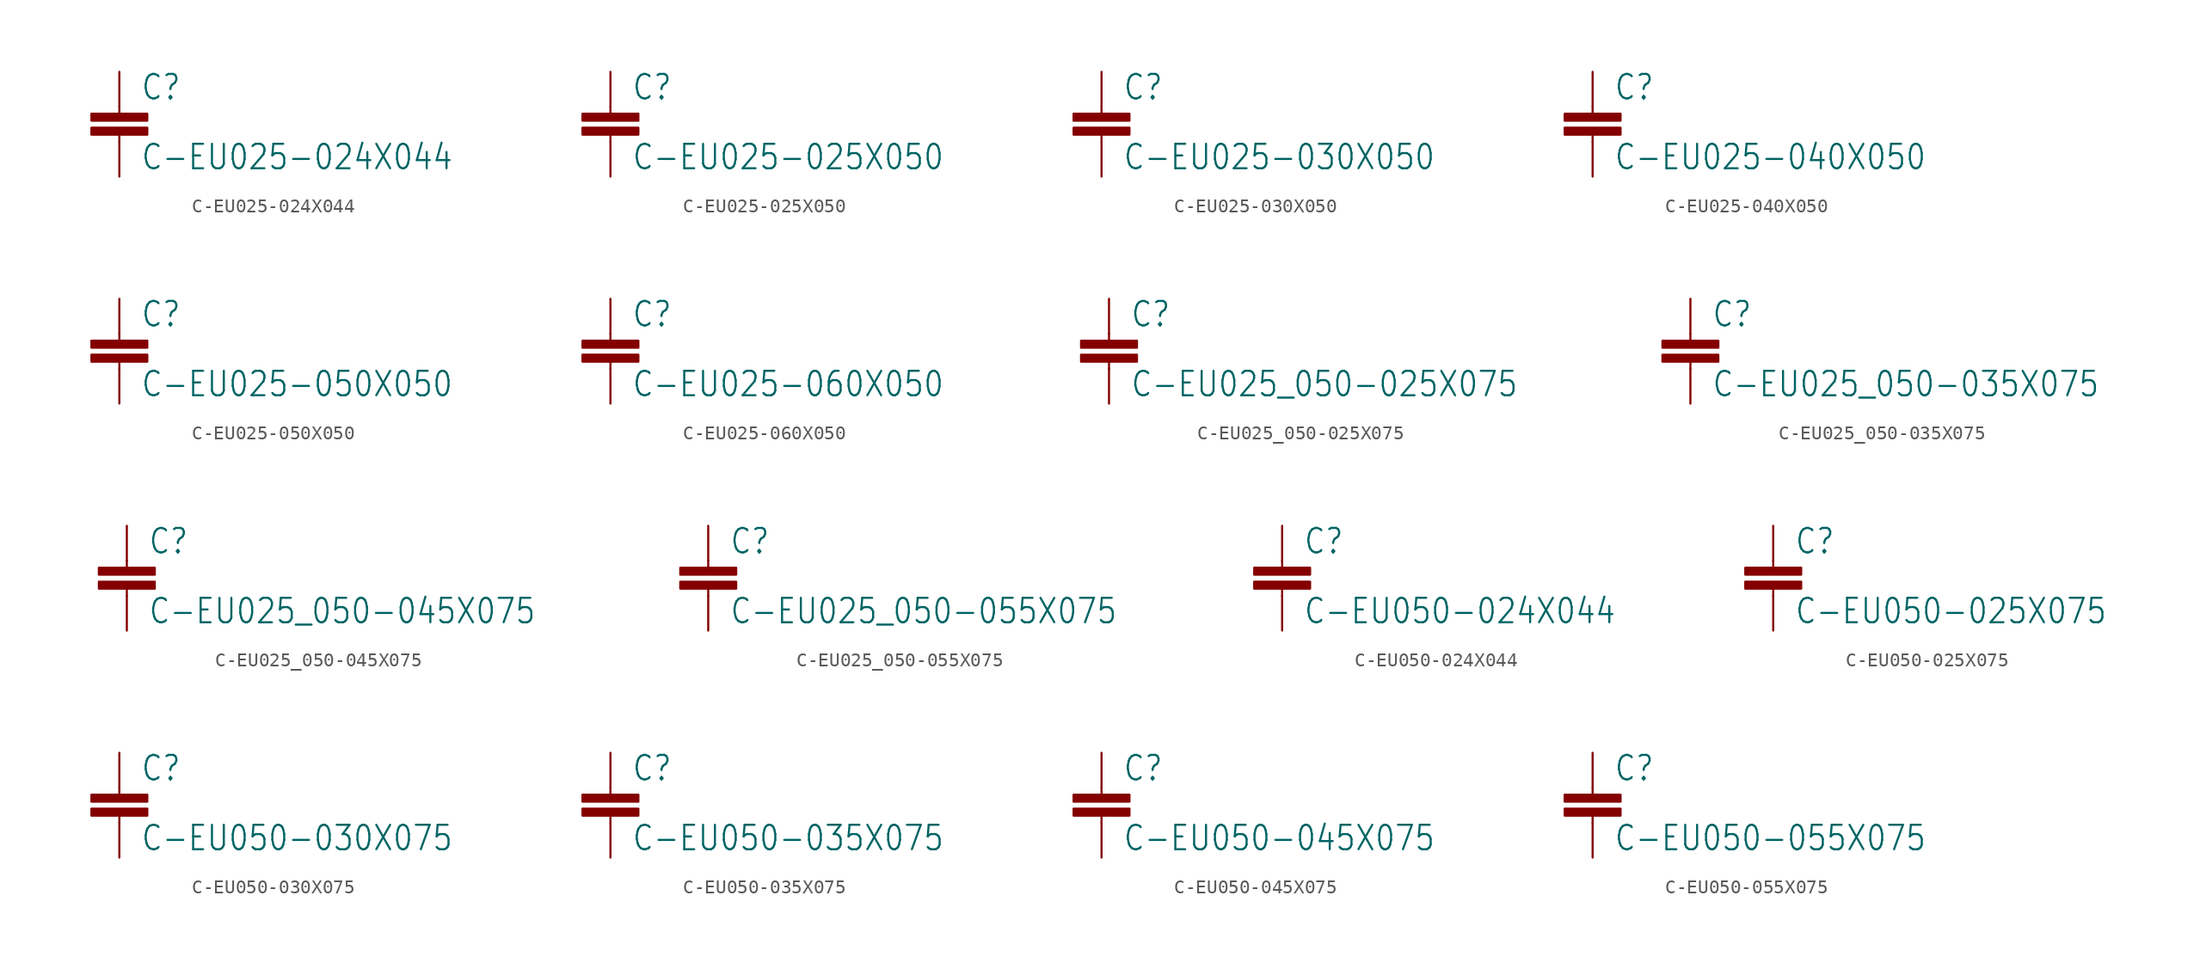
<source format=kicad_sym>
(kicad_symbol_lib
  (version 20231120)
  (generator "kicad_symbol_editor")
  (generator_version "8.0")
  (symbol "C-EU025-024X044"
    (property "Reference" "C"
      (at 1.524 0.381 0)
      (effects (font (size 1.778 1.511)) (justify left bottom)))
    (property "Value" "C-EU025-024X044"
      (at 1.524 -4.699 0)
      (effects (font (size 1.778 1.511)) (justify left bottom)))
    (property "ki_locked" ""
      (at 0 0 0)
      (effects (font (size 1.27 1.27))))
    (symbol "C-EU025-024X044_1_0"
      (rectangle (start -2.032 -2.032) (end 2.032 -1.524) (stroke (width 0) (type default)) (fill (type outline)))
      (rectangle (start -2.032 -1.016) (end 2.032 -0.508) (stroke (width 0) (type default)) (fill (type outline)))
      (polyline (pts (xy 0 -2.54) (xy 0 -2.032)) (stroke (width 0.152) (type default)) (fill (type none)))
      (polyline (pts (xy 0 0) (xy 0 -0.508)) (stroke (width 0.152) (type default)) (fill (type none)))
      (pin passive line (at 0 2.54 270) (length 2.54) (name "1" (effects (font (size 0 0)))) (number "1" (effects (font (size 0 0)))))
      (pin passive line (at 0 -5.08 90) (length 2.54) (name "2" (effects (font (size 0 0)))) (number "2" (effects (font (size 0 0)))))))
  (symbol "C-EU025-025X050"
    (property "Reference" "C"
      (at 1.524 0.381 0)
      (effects (font (size 1.778 1.511)) (justify left bottom)))
    (property "Value" "C-EU025-025X050"
      (at 1.524 -4.699 0)
      (effects (font (size 1.778 1.511)) (justify left bottom)))
    (property "ki_locked" ""
      (at 0 0 0)
      (effects (font (size 1.27 1.27))))
    (symbol "C-EU025-025X050_1_0"
      (rectangle (start -2.032 -2.032) (end 2.032 -1.524) (stroke (width 0) (type default)) (fill (type outline)))
      (rectangle (start -2.032 -1.016) (end 2.032 -0.508) (stroke (width 0) (type default)) (fill (type outline)))
      (polyline (pts (xy 0 -2.54) (xy 0 -2.032)) (stroke (width 0.152) (type default)) (fill (type none)))
      (polyline (pts (xy 0 0) (xy 0 -0.508)) (stroke (width 0.152) (type default)) (fill (type none)))
      (pin passive line (at 0 2.54 270) (length 2.54) (name "1" (effects (font (size 0 0)))) (number "1" (effects (font (size 0 0)))))
      (pin passive line (at 0 -5.08 90) (length 2.54) (name "2" (effects (font (size 0 0)))) (number "2" (effects (font (size 0 0)))))))
  (symbol "C-EU025-030X050"
    (property "Reference" "C"
      (at 1.524 0.381 0)
      (effects (font (size 1.778 1.511)) (justify left bottom)))
    (property "Value" "C-EU025-030X050"
      (at 1.524 -4.699 0)
      (effects (font (size 1.778 1.511)) (justify left bottom)))
    (property "ki_locked" ""
      (at 0 0 0)
      (effects (font (size 1.27 1.27))))
    (symbol "C-EU025-030X050_1_0"
      (rectangle (start -2.032 -2.032) (end 2.032 -1.524) (stroke (width 0) (type default)) (fill (type outline)))
      (rectangle (start -2.032 -1.016) (end 2.032 -0.508) (stroke (width 0) (type default)) (fill (type outline)))
      (polyline (pts (xy 0 -2.54) (xy 0 -2.032)) (stroke (width 0.152) (type default)) (fill (type none)))
      (polyline (pts (xy 0 0) (xy 0 -0.508)) (stroke (width 0.152) (type default)) (fill (type none)))
      (pin passive line (at 0 2.54 270) (length 2.54) (name "1" (effects (font (size 0 0)))) (number "1" (effects (font (size 0 0)))))
      (pin passive line (at 0 -5.08 90) (length 2.54) (name "2" (effects (font (size 0 0)))) (number "2" (effects (font (size 0 0)))))))
  (symbol "C-EU025-040X050"
    (property "Reference" "C"
      (at 1.524 0.381 0)
      (effects (font (size 1.778 1.511)) (justify left bottom)))
    (property "Value" "C-EU025-040X050"
      (at 1.524 -4.699 0)
      (effects (font (size 1.778 1.511)) (justify left bottom)))
    (property "ki_locked" ""
      (at 0 0 0)
      (effects (font (size 1.27 1.27))))
    (symbol "C-EU025-040X050_1_0"
      (rectangle (start -2.032 -2.032) (end 2.032 -1.524) (stroke (width 0) (type default)) (fill (type outline)))
      (rectangle (start -2.032 -1.016) (end 2.032 -0.508) (stroke (width 0) (type default)) (fill (type outline)))
      (polyline (pts (xy 0 -2.54) (xy 0 -2.032)) (stroke (width 0.152) (type default)) (fill (type none)))
      (polyline (pts (xy 0 0) (xy 0 -0.508)) (stroke (width 0.152) (type default)) (fill (type none)))
      (pin passive line (at 0 2.54 270) (length 2.54) (name "1" (effects (font (size 0 0)))) (number "1" (effects (font (size 0 0)))))
      (pin passive line (at 0 -5.08 90) (length 2.54) (name "2" (effects (font (size 0 0)))) (number "2" (effects (font (size 0 0)))))))
  (symbol "C-EU025-050X050"
    (property "Reference" "C"
      (at 1.524 0.381 0)
      (effects (font (size 1.778 1.511)) (justify left bottom)))
    (property "Value" "C-EU025-050X050"
      (at 1.524 -4.699 0)
      (effects (font (size 1.778 1.511)) (justify left bottom)))
    (property "ki_locked" ""
      (at 0 0 0)
      (effects (font (size 1.27 1.27))))
    (symbol "C-EU025-050X050_1_0"
      (rectangle (start -2.032 -2.032) (end 2.032 -1.524) (stroke (width 0) (type default)) (fill (type outline)))
      (rectangle (start -2.032 -1.016) (end 2.032 -0.508) (stroke (width 0) (type default)) (fill (type outline)))
      (polyline (pts (xy 0 -2.54) (xy 0 -2.032)) (stroke (width 0.152) (type default)) (fill (type none)))
      (polyline (pts (xy 0 0) (xy 0 -0.508)) (stroke (width 0.152) (type default)) (fill (type none)))
      (pin passive line (at 0 2.54 270) (length 2.54) (name "1" (effects (font (size 0 0)))) (number "1" (effects (font (size 0 0)))))
      (pin passive line (at 0 -5.08 90) (length 2.54) (name "2" (effects (font (size 0 0)))) (number "2" (effects (font (size 0 0)))))))
  (symbol "C-EU025-060X050"
    (property "Reference" "C"
      (at 1.524 0.381 0)
      (effects (font (size 1.778 1.511)) (justify left bottom)))
    (property "Value" "C-EU025-060X050"
      (at 1.524 -4.699 0)
      (effects (font (size 1.778 1.511)) (justify left bottom)))
    (property "ki_locked" ""
      (at 0 0 0)
      (effects (font (size 1.27 1.27))))
    (symbol "C-EU025-060X050_1_0"
      (rectangle (start -2.032 -2.032) (end 2.032 -1.524) (stroke (width 0) (type default)) (fill (type outline)))
      (rectangle (start -2.032 -1.016) (end 2.032 -0.508) (stroke (width 0) (type default)) (fill (type outline)))
      (polyline (pts (xy 0 -2.54) (xy 0 -2.032)) (stroke (width 0.152) (type default)) (fill (type none)))
      (polyline (pts (xy 0 0) (xy 0 -0.508)) (stroke (width 0.152) (type default)) (fill (type none)))
      (pin passive line (at 0 2.54 270) (length 2.54) (name "1" (effects (font (size 0 0)))) (number "1" (effects (font (size 0 0)))))
      (pin passive line (at 0 -5.08 90) (length 2.54) (name "2" (effects (font (size 0 0)))) (number "2" (effects (font (size 0 0)))))))
  (symbol "C-EU025_050-025X075"
    (property "Reference" "C"
      (at 1.524 0.381 0)
      (effects (font (size 1.778 1.511)) (justify left bottom)))
    (property "Value" "C-EU025_050-025X075"
      (at 1.524 -4.699 0)
      (effects (font (size 1.778 1.511)) (justify left bottom)))
    (property "ki_locked" ""
      (at 0 0 0)
      (effects (font (size 1.27 1.27))))
    (symbol "C-EU025_050-025X075_1_0"
      (rectangle (start -2.032 -2.032) (end 2.032 -1.524) (stroke (width 0) (type default)) (fill (type outline)))
      (rectangle (start -2.032 -1.016) (end 2.032 -0.508) (stroke (width 0) (type default)) (fill (type outline)))
      (polyline (pts (xy 0 -2.54) (xy 0 -2.032)) (stroke (width 0.152) (type default)) (fill (type none)))
      (polyline (pts (xy 0 0) (xy 0 -0.508)) (stroke (width 0.152) (type default)) (fill (type none)))
      (pin passive line (at 0 2.54 270) (length 2.54) (name "1" (effects (font (size 0 0)))) (number "1" (effects (font (size 0 0)))))
      (pin passive line (at 0 -5.08 90) (length 2.54) (name "2" (effects (font (size 0 0)))) (number "2" (effects (font (size 0 0)))))))
  (symbol "C-EU025_050-035X075"
    (property "Reference" "C"
      (at 1.524 0.381 0)
      (effects (font (size 1.778 1.511)) (justify left bottom)))
    (property "Value" "C-EU025_050-035X075"
      (at 1.524 -4.699 0)
      (effects (font (size 1.778 1.511)) (justify left bottom)))
    (property "ki_locked" ""
      (at 0 0 0)
      (effects (font (size 1.27 1.27))))
    (symbol "C-EU025_050-035X075_1_0"
      (rectangle (start -2.032 -2.032) (end 2.032 -1.524) (stroke (width 0) (type default)) (fill (type outline)))
      (rectangle (start -2.032 -1.016) (end 2.032 -0.508) (stroke (width 0) (type default)) (fill (type outline)))
      (polyline (pts (xy 0 -2.54) (xy 0 -2.032)) (stroke (width 0.152) (type default)) (fill (type none)))
      (polyline (pts (xy 0 0) (xy 0 -0.508)) (stroke (width 0.152) (type default)) (fill (type none)))
      (pin passive line (at 0 2.54 270) (length 2.54) (name "1" (effects (font (size 0 0)))) (number "1" (effects (font (size 0 0)))))
      (pin passive line (at 0 -5.08 90) (length 2.54) (name "2" (effects (font (size 0 0)))) (number "2" (effects (font (size 0 0)))))))
  (symbol "C-EU025_050-045X075"
    (property "Reference" "C"
      (at 1.524 0.381 0)
      (effects (font (size 1.778 1.511)) (justify left bottom)))
    (property "Value" "C-EU025_050-045X075"
      (at 1.524 -4.699 0)
      (effects (font (size 1.778 1.511)) (justify left bottom)))
    (property "ki_locked" ""
      (at 0 0 0)
      (effects (font (size 1.27 1.27))))
    (symbol "C-EU025_050-045X075_1_0"
      (rectangle (start -2.032 -2.032) (end 2.032 -1.524) (stroke (width 0) (type default)) (fill (type outline)))
      (rectangle (start -2.032 -1.016) (end 2.032 -0.508) (stroke (width 0) (type default)) (fill (type outline)))
      (polyline (pts (xy 0 -2.54) (xy 0 -2.032)) (stroke (width 0.152) (type default)) (fill (type none)))
      (polyline (pts (xy 0 0) (xy 0 -0.508)) (stroke (width 0.152) (type default)) (fill (type none)))
      (pin passive line (at 0 2.54 270) (length 2.54) (name "1" (effects (font (size 0 0)))) (number "1" (effects (font (size 0 0)))))
      (pin passive line (at 0 -5.08 90) (length 2.54) (name "2" (effects (font (size 0 0)))) (number "2" (effects (font (size 0 0)))))))
  (symbol "C-EU025_050-055X075"
    (property "Reference" "C"
      (at 1.524 0.381 0)
      (effects (font (size 1.778 1.511)) (justify left bottom)))
    (property "Value" "C-EU025_050-055X075"
      (at 1.524 -4.699 0)
      (effects (font (size 1.778 1.511)) (justify left bottom)))
    (property "ki_locked" ""
      (at 0 0 0)
      (effects (font (size 1.27 1.27))))
    (symbol "C-EU025_050-055X075_1_0"
      (rectangle (start -2.032 -2.032) (end 2.032 -1.524) (stroke (width 0) (type default)) (fill (type outline)))
      (rectangle (start -2.032 -1.016) (end 2.032 -0.508) (stroke (width 0) (type default)) (fill (type outline)))
      (polyline (pts (xy 0 -2.54) (xy 0 -2.032)) (stroke (width 0.152) (type default)) (fill (type none)))
      (polyline (pts (xy 0 0) (xy 0 -0.508)) (stroke (width 0.152) (type default)) (fill (type none)))
      (pin passive line (at 0 2.54 270) (length 2.54) (name "1" (effects (font (size 0 0)))) (number "1" (effects (font (size 0 0)))))
      (pin passive line (at 0 -5.08 90) (length 2.54) (name "2" (effects (font (size 0 0)))) (number "2" (effects (font (size 0 0)))))))
  (symbol "C-EU050-024X044"
    (property "Reference" "C"
      (at 1.524 0.381 0)
      (effects (font (size 1.778 1.511)) (justify left bottom)))
    (property "Value" "C-EU050-024X044"
      (at 1.524 -4.699 0)
      (effects (font (size 1.778 1.511)) (justify left bottom)))
    (property "ki_locked" ""
      (at 0 0 0)
      (effects (font (size 1.27 1.27))))
    (symbol "C-EU050-024X044_1_0"
      (rectangle (start -2.032 -2.032) (end 2.032 -1.524) (stroke (width 0) (type default)) (fill (type outline)))
      (rectangle (start -2.032 -1.016) (end 2.032 -0.508) (stroke (width 0) (type default)) (fill (type outline)))
      (polyline (pts (xy 0 -2.54) (xy 0 -2.032)) (stroke (width 0.152) (type default)) (fill (type none)))
      (polyline (pts (xy 0 0) (xy 0 -0.508)) (stroke (width 0.152) (type default)) (fill (type none)))
      (pin passive line (at 0 2.54 270) (length 2.54) (name "1" (effects (font (size 0 0)))) (number "1" (effects (font (size 0 0)))))
      (pin passive line (at 0 -5.08 90) (length 2.54) (name "2" (effects (font (size 0 0)))) (number "2" (effects (font (size 0 0)))))))
  (symbol "C-EU050-025X075"
    (property "Reference" "C"
      (at 1.524 0.381 0)
      (effects (font (size 1.778 1.511)) (justify left bottom)))
    (property "Value" "C-EU050-025X075"
      (at 1.524 -4.699 0)
      (effects (font (size 1.778 1.511)) (justify left bottom)))
    (property "ki_locked" ""
      (at 0 0 0)
      (effects (font (size 1.27 1.27))))
    (symbol "C-EU050-025X075_1_0"
      (rectangle (start -2.032 -2.032) (end 2.032 -1.524) (stroke (width 0) (type default)) (fill (type outline)))
      (rectangle (start -2.032 -1.016) (end 2.032 -0.508) (stroke (width 0) (type default)) (fill (type outline)))
      (polyline (pts (xy 0 -2.54) (xy 0 -2.032)) (stroke (width 0.152) (type default)) (fill (type none)))
      (polyline (pts (xy 0 0) (xy 0 -0.508)) (stroke (width 0.152) (type default)) (fill (type none)))
      (pin passive line (at 0 2.54 270) (length 2.54) (name "1" (effects (font (size 0 0)))) (number "1" (effects (font (size 0 0)))))
      (pin passive line (at 0 -5.08 90) (length 2.54) (name "2" (effects (font (size 0 0)))) (number "2" (effects (font (size 0 0)))))))
  (symbol "C-EU050-030X075"
    (property "Reference" "C"
      (at 1.524 0.381 0)
      (effects (font (size 1.778 1.511)) (justify left bottom)))
    (property "Value" "C-EU050-030X075"
      (at 1.524 -4.699 0)
      (effects (font (size 1.778 1.511)) (justify left bottom)))
    (property "ki_locked" ""
      (at 0 0 0)
      (effects (font (size 1.27 1.27))))
    (symbol "C-EU050-030X075_1_0"
      (rectangle (start -2.032 -2.032) (end 2.032 -1.524) (stroke (width 0) (type default)) (fill (type outline)))
      (rectangle (start -2.032 -1.016) (end 2.032 -0.508) (stroke (width 0) (type default)) (fill (type outline)))
      (polyline (pts (xy 0 -2.54) (xy 0 -2.032)) (stroke (width 0.152) (type default)) (fill (type none)))
      (polyline (pts (xy 0 0) (xy 0 -0.508)) (stroke (width 0.152) (type default)) (fill (type none)))
      (pin passive line (at 0 2.54 270) (length 2.54) (name "1" (effects (font (size 0 0)))) (number "1" (effects (font (size 0 0)))))
      (pin passive line (at 0 -5.08 90) (length 2.54) (name "2" (effects (font (size 0 0)))) (number "2" (effects (font (size 0 0)))))))
  (symbol "C-EU050-035X075"
    (property "Reference" "C"
      (at 1.524 0.381 0)
      (effects (font (size 1.778 1.511)) (justify left bottom)))
    (property "Value" "C-EU050-035X075"
      (at 1.524 -4.699 0)
      (effects (font (size 1.778 1.511)) (justify left bottom)))
    (property "ki_locked" ""
      (at 0 0 0)
      (effects (font (size 1.27 1.27))))
    (symbol "C-EU050-035X075_1_0"
      (rectangle (start -2.032 -2.032) (end 2.032 -1.524) (stroke (width 0) (type default)) (fill (type outline)))
      (rectangle (start -2.032 -1.016) (end 2.032 -0.508) (stroke (width 0) (type default)) (fill (type outline)))
      (polyline (pts (xy 0 -2.54) (xy 0 -2.032)) (stroke (width 0.152) (type default)) (fill (type none)))
      (polyline (pts (xy 0 0) (xy 0 -0.508)) (stroke (width 0.152) (type default)) (fill (type none)))
      (pin passive line (at 0 2.54 270) (length 2.54) (name "1" (effects (font (size 0 0)))) (number "1" (effects (font (size 0 0)))))
      (pin passive line (at 0 -5.08 90) (length 2.54) (name "2" (effects (font (size 0 0)))) (number "2" (effects (font (size 0 0)))))))
  (symbol "C-EU050-045X075"
    (property "Reference" "C"
      (at 1.524 0.381 0)
      (effects (font (size 1.778 1.511)) (justify left bottom)))
    (property "Value" "C-EU050-045X075"
      (at 1.524 -4.699 0)
      (effects (font (size 1.778 1.511)) (justify left bottom)))
    (property "ki_locked" ""
      (at 0 0 0)
      (effects (font (size 1.27 1.27))))
    (symbol "C-EU050-045X075_1_0"
      (rectangle (start -2.032 -2.032) (end 2.032 -1.524) (stroke (width 0) (type default)) (fill (type outline)))
      (rectangle (start -2.032 -1.016) (end 2.032 -0.508) (stroke (width 0) (type default)) (fill (type outline)))
      (polyline (pts (xy 0 -2.54) (xy 0 -2.032)) (stroke (width 0.152) (type default)) (fill (type none)))
      (polyline (pts (xy 0 0) (xy 0 -0.508)) (stroke (width 0.152) (type default)) (fill (type none)))
      (pin passive line (at 0 2.54 270) (length 2.54) (name "1" (effects (font (size 0 0)))) (number "1" (effects (font (size 0 0)))))
      (pin passive line (at 0 -5.08 90) (length 2.54) (name "2" (effects (font (size 0 0)))) (number "2" (effects (font (size 0 0)))))))
  (symbol "C-EU050-055X075"
    (property "Reference" "C"
      (at 1.524 0.381 0)
      (effects (font (size 1.778 1.511)) (justify left bottom)))
    (property "Value" "C-EU050-055X075"
      (at 1.524 -4.699 0)
      (effects (font (size 1.778 1.511)) (justify left bottom)))
    (property "ki_locked" ""
      (at 0 0 0)
      (effects (font (size 1.27 1.27))))
    (symbol "C-EU050-055X075_1_0"
      (rectangle (start -2.032 -2.032) (end 2.032 -1.524) (stroke (width 0) (type default)) (fill (type outline)))
      (rectangle (start -2.032 -1.016) (end 2.032 -0.508) (stroke (width 0) (type default)) (fill (type outline)))
      (polyline (pts (xy 0 -2.54) (xy 0 -2.032)) (stroke (width 0.152) (type default)) (fill (type none)))
      (polyline (pts (xy 0 0) (xy 0 -0.508)) (stroke (width 0.152) (type default)) (fill (type none)))
      (pin passive line (at 0 2.54 270) (length 2.54) (name "1" (effects (font (size 0 0)))) (number "1" (effects (font (size 0 0)))))
      (pin passive line (at 0 -5.08 90) (length 2.54) (name "2" (effects (font (size 0 0)))) (number "2" (effects (font (size 0 0))))))))
</source>
